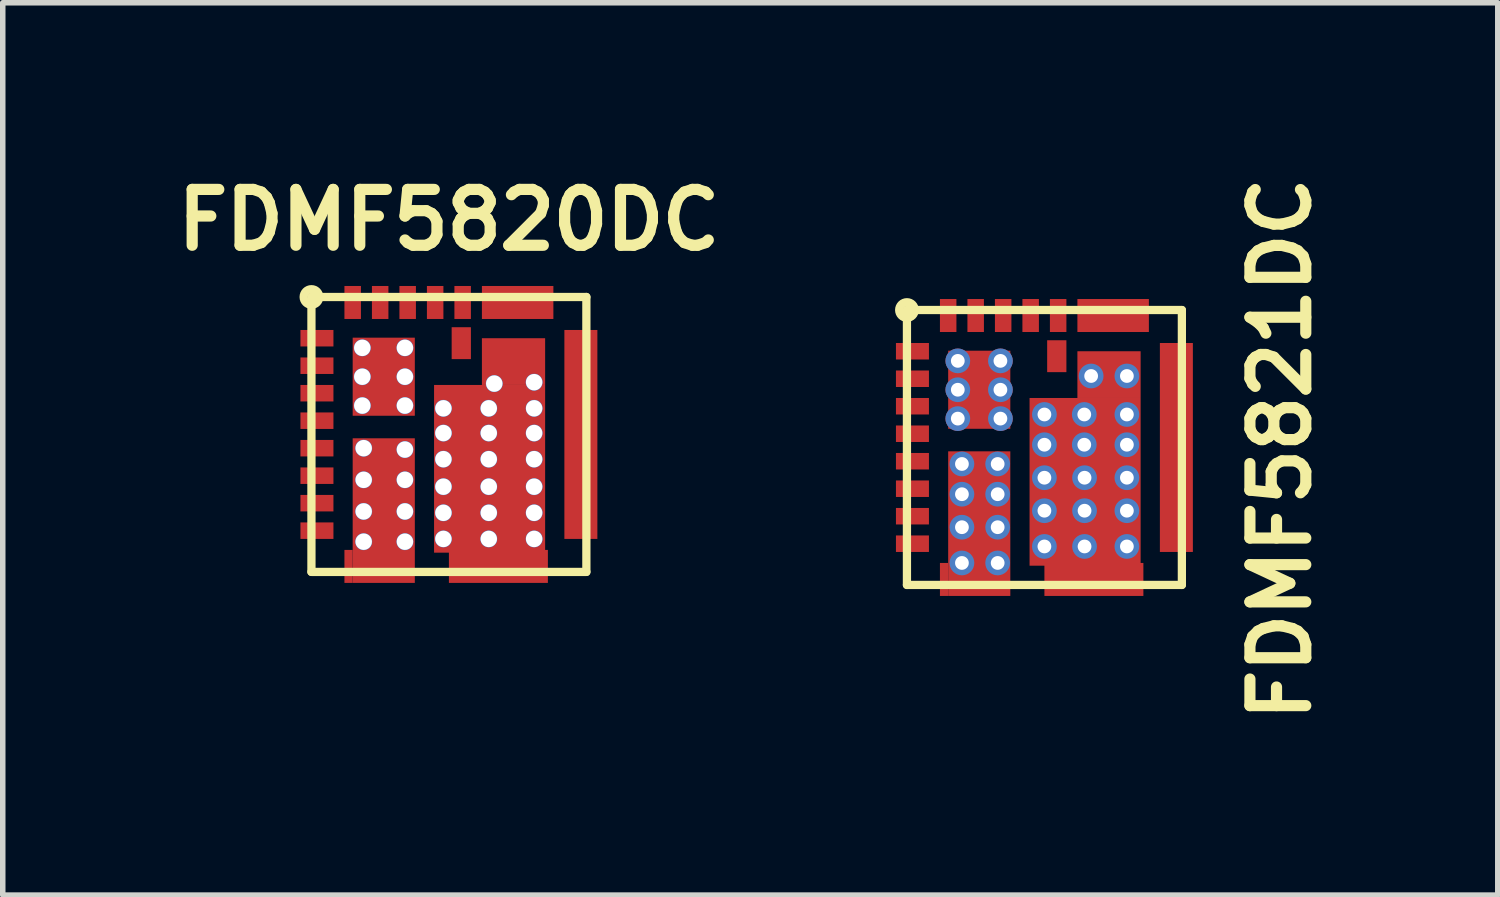
<source format=kicad_pcb>
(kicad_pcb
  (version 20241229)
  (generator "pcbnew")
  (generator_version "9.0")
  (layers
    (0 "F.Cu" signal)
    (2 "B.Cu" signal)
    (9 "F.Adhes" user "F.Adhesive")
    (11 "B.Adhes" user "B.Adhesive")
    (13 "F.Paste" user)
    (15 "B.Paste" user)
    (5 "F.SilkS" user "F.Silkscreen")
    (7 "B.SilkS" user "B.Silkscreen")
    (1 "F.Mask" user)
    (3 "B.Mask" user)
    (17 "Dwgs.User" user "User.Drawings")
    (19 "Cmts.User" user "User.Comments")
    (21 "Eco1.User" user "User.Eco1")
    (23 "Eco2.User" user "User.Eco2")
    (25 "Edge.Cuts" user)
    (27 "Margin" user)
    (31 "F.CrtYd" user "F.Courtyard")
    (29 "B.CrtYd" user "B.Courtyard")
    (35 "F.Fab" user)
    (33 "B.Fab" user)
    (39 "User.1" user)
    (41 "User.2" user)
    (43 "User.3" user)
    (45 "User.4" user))
  (footprint "FDMF5821DC"
    (layer "F.Cu")
    (at 15.944 5.088)
    (property "Reference" "FDMF5821DC" (at 4.294 0.026 90) (layer "F.SilkS") (effects (font (size 1.016 1.016) (thickness 0.203))))
    (attr smd)
    (fp_line (start -2.5 -2.5) (end 2.5 -2.5) (stroke (width 0.15) (type solid)) (layer "F.SilkS"))
    (fp_line (start -2.5 2.5) (end -2.5 -2.5) (stroke (width 0.15) (type solid)) (layer "F.SilkS"))
    (fp_line (start 2.5 -2.5) (end 2.5 2.5) (stroke (width 0.15) (type solid)) (layer "F.SilkS"))
    (fp_line (start 2.5 2.5) (end -2.5 2.5) (stroke (width 0.15) (type solid)) (layer "F.SilkS"))
    (fp_circle (center -2.5 -2.5) (end -2.4 -2.4) (stroke (width 0.15) (type solid)) (fill no) (layer "F.SilkS"))
    (pad "" smd oval (at -1.275 2.425) (size 1.2 0.5) (layers "F.Paste"))
    (pad "" smd oval (at -1.185 -1.05) (size 0.55 1.3) (layers "F.Paste"))
    (pad "" smd oval (at -1.175 1.1) (size 0.55 1.9) (layers "F.Paste"))
    (pad "" smd oval (at 0.3 0.575) (size 0.6 2.8) (layers "F.Paste"))
    (pad "" smd oval (at 1.125 0.575) (size 0.6 2.8) (layers "F.Paste"))
    (pad "" smd oval (at 1.18 -1.4) (size 1.1 0.6) (layers "F.Paste"))
    (pad "6" smd rect (at -2.4 0.75) (size 0.6 0.3) (layers "F.Cu" "F.Mask" "F.Paste"))
    (pad "Agnd" smd rect (at -2.4 -0.25) (size 0.6 0.3) (layers "F.Cu" "F.Mask" "F.Paste"))
    (pad "Agnd" thru_hole circle (at -1.575 -1.575) (size 0.45 0.45) (drill 0.25) (layers "*.Cu" "F.Mask"))
    (pad "Agnd" thru_hole circle (at -1.575 -1.05) (size 0.45 0.45) (drill 0.25) (layers "*.Cu" "F.Mask"))
    (pad "Agnd" thru_hole circle (at -1.575 -0.525) (size 0.45 0.45) (drill 0.25) (layers "*.Cu" "F.Mask"))
    (pad "Agnd" smd rect (at -1.185 -1.05) (size 1.13 1.42) (layers "F.Cu" "F.Mask"))
    (pad "Agnd" thru_hole circle (at -0.8 -1.575) (size 0.45 0.45) (drill 0.25) (layers "*.Cu" "F.Mask"))
    (pad "Agnd" thru_hole circle (at -0.8 -1.05) (size 0.45 0.45) (drill 0.25) (layers "*.Cu" "F.Mask"))
    (pad "Agnd" thru_hole circle (at -0.8 -0.525) (size 0.45 0.45) (drill 0.25) (layers "*.Cu" "F.Mask"))
    (pad "Boot" smd rect (at -2.4 0.25) (size 0.6 0.3) (layers "F.Cu" "F.Mask" "F.Paste"))
    (pad "EN" smd rect (at -1.75 -2.4 90) (size 0.6 0.3) (layers "F.Cu" "F.Mask" "F.Paste"))
    (pad "GL" smd rect (at 0.225 -1.66) (size 0.35 0.58) (layers "F.Cu" "F.Mask" "F.Paste"))
    (pad "GL" smd rect (at 0.25 -2.4 90) (size 0.6 0.3) (layers "F.Cu" "F.Mask" "F.Paste"))
    (pad "PVcc" smd rect (at -0.75 -2.4 90) (size 0.6 0.3) (layers "F.Cu" "F.Mask" "F.Paste"))
    (pad "PWM" smd rect (at -2.4 -1.75) (size 0.6 0.3) (layers "F.Cu" "F.Mask" "F.Paste"))
    (pad "Pgnd" smd rect (at -0.25 -2.4 90) (size 0.6 0.3) (layers "F.Cu" "F.Mask" "F.Paste"))
    (pad "Pgnd" thru_hole circle (at 0 -0.6) (size 0.45 0.45) (drill 0.25) (layers "*.Cu" "F.Mask"))
    (pad "Pgnd" thru_hole circle (at 0 -0.05) (size 0.45 0.45) (drill 0.25) (layers "*.Cu" "F.Mask"))
    (pad "Pgnd" thru_hole circle (at 0 0.55) (size 0.45 0.45) (drill 0.25) (layers "*.Cu" "F.Mask"))
    (pad "Pgnd" thru_hole circle (at 0 1.15) (size 0.45 0.45) (drill 0.25) (layers "*.Cu" "F.Mask"))
    (pad "Pgnd" thru_hole circle (at 0 1.8) (size 0.45 0.45) (drill 0.25) (layers "*.Cu" "F.Mask"))
    (pad "Pgnd" thru_hole circle (at 0.725 -0.6) (size 0.45 0.45) (drill 0.25) (layers "*.Cu" "F.Mask"))
    (pad "Pgnd" thru_hole circle (at 0.725 -0.05) (size 0.45 0.45) (drill 0.25) (layers "*.Cu" "F.Mask"))
    (pad "Pgnd" thru_hole circle (at 0.73 0.55) (size 0.45 0.45) (drill 0.25) (layers "*.Cu" "F.Mask"))
    (pad "Pgnd" thru_hole circle (at 0.73 1.15) (size 0.45 0.45) (drill 0.25) (layers "*.Cu" "F.Mask"))
    (pad "Pgnd" thru_hole circle (at 0.73 1.8) (size 0.45 0.45) (drill 0.25) (layers "*.Cu" "F.Mask"))
    (pad "Pgnd" smd rect (at 0.74 0.625) (size 2.02 3.05) (layers "F.Cu" "F.Mask"))
    (pad "Pgnd" thru_hole circle (at 0.85 -1.3) (size 0.45 0.45) (drill 0.25) (layers "*.Cu" "F.Mask"))
    (pad "Pgnd" smd rect (at 0.9 2.4) (size 1.8 0.6) (layers "F.Cu" "F.Mask" "F.Paste"))
    (pad "Pgnd" smd rect (at 1.175 -1.325) (size 1.15 0.85) (layers "F.Cu" "F.Mask"))
    (pad "Pgnd" thru_hole circle (at 1.5 -1.3) (size 0.45 0.45) (drill 0.25) (layers "*.Cu" "F.Mask"))
    (pad "Pgnd" thru_hole circle (at 1.5 -0.6) (size 0.45 0.45) (drill 0.25) (layers "*.Cu" "F.Mask"))
    (pad "Pgnd" thru_hole circle (at 1.5 -0.05) (size 0.45 0.45) (drill 0.25) (layers "*.Cu" "F.Mask"))
    (pad "Pgnd" thru_hole circle (at 1.5 0.55) (size 0.45 0.45) (drill 0.25) (layers "*.Cu" "F.Mask"))
    (pad "Pgnd" thru_hole circle (at 1.5 1.15) (size 0.45 0.45) (drill 0.25) (layers "*.Cu" "F.Mask"))
    (pad "Pgnd" thru_hole circle (at 1.5 1.8) (size 0.45 0.45) (drill 0.25) (layers "*.Cu" "F.Mask"))
    (pad "Phas" smd rect (at -2.4 1.25) (size 0.6 0.3) (layers "F.Cu" "F.Mask" "F.Paste"))
    (pad "SW" smd rect (at 1.25 -2.4) (size 1.3 0.6) (layers "F.Cu" "F.Mask" "F.Paste"))
    (pad "SW" smd rect (at 2.4 0) (size 0.6 3.8) (layers "F.Cu" "F.Mask" "F.Paste"))
    (pad "Tmon" smd rect (at -1.25 -2.4 90) (size 0.6 0.3) (layers "F.Cu" "F.Mask" "F.Paste"))
    (pad "Vcc" smd rect (at -2.4 -0.75) (size 0.6 0.3) (layers "F.Cu" "F.Mask" "F.Paste"))
    (pad "Vin" smd rect (at -2.4 1.75) (size 0.6 0.3) (layers "F.Cu" "F.Mask" "F.Paste"))
    (pad "Vin" smd rect (at -1.825 2.4) (size 0.15 0.6) (layers "F.Cu" "F.Mask" "F.Paste"))
    (pad "Vin" thru_hole circle (at -1.5 0.3) (size 0.45 0.45) (drill 0.25) (layers "*.Cu" "F.Mask"))
    (pad "Vin" thru_hole circle (at -1.5 0.85) (size 0.45 0.45) (drill 0.25) (layers "*.Cu" "F.Mask"))
    (pad "Vin" thru_hole circle (at -1.5 1.45) (size 0.45 0.45) (drill 0.25) (layers "*.Cu" "F.Mask"))
    (pad "Vin" thru_hole circle (at -1.5 2.1) (size 0.45 0.45) (drill 0.25) (layers "*.Cu" "F.Mask"))
    (pad "Vin" smd rect (at -1.185 1.385) (size 1.13 2.63) (layers "F.Cu" "F.Mask"))
    (pad "Vin" thru_hole circle (at -0.85 0.3) (size 0.45 0.45) (drill 0.25) (layers "*.Cu" "F.Mask"))
    (pad "Vin" thru_hole circle (at -0.85 0.85) (size 0.45 0.45) (drill 0.25) (layers "*.Cu" "F.Mask"))
    (pad "Vin" thru_hole circle (at -0.85 1.45) (size 0.45 0.45) (drill 0.25) (layers "*.Cu" "F.Mask"))
    (pad "Vin" thru_hole circle (at -0.85 2.1) (size 0.45 0.45) (drill 0.25) (layers "*.Cu" "F.Mask"))
    (pad "ZCD" smd rect (at -2.4 -1.25) (size 0.6 0.3) (layers "F.Cu" "F.Mask" "F.Paste")))
  (footprint "FDMF5820DC"
    (layer "F.Cu")
    (at 5.114 4.851)
    (property "Reference" "FDMF5820DC" (at 0 -3.9 0) (layer "F.SilkS") (effects (font (size 1.016 1.016) (thickness 0.203))))
    (attr smd)
    (fp_line (start -2.5 -2.5) (end 2.5 -2.5) (stroke (width 0.15) (type solid)) (layer "F.SilkS"))
    (fp_line (start -2.5 2.5) (end -2.5 -2.5) (stroke (width 0.15) (type solid)) (layer "F.SilkS"))
    (fp_line (start 2.5 -2.5) (end 2.5 2.5) (stroke (width 0.15) (type solid)) (layer "F.SilkS"))
    (fp_line (start 2.5 2.5) (end -2.5 2.5) (stroke (width 0.15) (type solid)) (layer "F.SilkS"))
    (fp_circle (center -2.5 -2.5) (end -2.4 -2.4) (stroke (width 0.15) (type solid)) (fill no) (layer "F.SilkS"))
    (pad "" smd oval (at -1.275 2.425) (size 1.2 0.5) (layers "F.Paste"))
    (pad "" smd oval (at -1.185 -1.05) (size 0.55 1.3) (layers "F.Paste"))
    (pad "" smd oval (at -1.175 1.1) (size 0.55 1.9) (layers "F.Paste"))
    (pad "" smd oval (at 0.3 0.575) (size 0.6 2.8) (layers "F.Paste"))
    (pad "" smd oval (at 1.125 0.575) (size 0.6 2.8) (layers "F.Paste"))
    (pad "" smd oval (at 1.18 -1.4) (size 1.1 0.6) (layers "F.Paste"))
    (pad "6" smd rect (at -2.4 0.75) (size 0.6 0.3) (layers "F.Cu" "F.Mask" "F.Paste"))
    (pad "Agnd" smd rect (at -2.4 -0.25) (size 0.6 0.3) (layers "F.Cu" "F.Mask" "F.Paste"))
    (pad "Agnd" thru_hole circle (at -1.575 -1.575) (size 0.31 0.31) (drill 0.3) (layers "*.Cu" "*.Mask"))
    (pad "Agnd" thru_hole circle (at -1.575 -1.05) (size 0.31 0.31) (drill 0.3) (layers "*.Cu" "*.Mask"))
    (pad "Agnd" thru_hole circle (at -1.575 -0.525) (size 0.31 0.31) (drill 0.3) (layers "*.Cu" "*.Mask"))
    (pad "Agnd" smd rect (at -1.185 -1.05) (size 1.13 1.42) (layers "F.Cu" "F.Mask"))
    (pad "Agnd" thru_hole circle (at -0.8 -1.575) (size 0.31 0.31) (drill 0.3) (layers "*.Cu" "*.Mask"))
    (pad "Agnd" thru_hole circle (at -0.8 -1.05) (size 0.31 0.31) (drill 0.3) (layers "*.Cu" "*.Mask"))
    (pad "Agnd" thru_hole circle (at -0.8 -0.525) (size 0.31 0.31) (drill 0.3) (layers "*.Cu" "*.Mask"))
    (pad "Boot" smd rect (at -2.4 0.25) (size 0.6 0.3) (layers "F.Cu" "F.Mask" "F.Paste"))
    (pad "EN" smd rect (at -1.75 -2.4 90) (size 0.6 0.3) (layers "F.Cu" "F.Mask" "F.Paste"))
    (pad "GL" smd rect (at 0.225 -1.66) (size 0.35 0.58) (layers "F.Cu" "F.Mask" "F.Paste"))
    (pad "GL" smd rect (at 0.25 -2.4 90) (size 0.6 0.3) (layers "F.Cu" "F.Mask" "F.Paste"))
    (pad "PVcc" smd rect (at -0.75 -2.4 90) (size 0.6 0.3) (layers "F.Cu" "F.Mask" "F.Paste"))
    (pad "PWM" smd rect (at -2.4 -1.75) (size 0.6 0.3) (layers "F.Cu" "F.Mask" "F.Paste"))
    (pad "Pgnd" smd rect (at -0.25 -2.4 90) (size 0.6 0.3) (layers "F.Cu" "F.Mask" "F.Paste"))
    (pad "Pgnd" thru_hole circle (at -0.1 -0.475) (size 0.31 0.31) (drill 0.3) (layers "*.Cu" "*.Mask"))
    (pad "Pgnd" thru_hole circle (at -0.1 -0.025) (size 0.31 0.31) (drill 0.3) (layers "*.Cu" "*.Mask"))
    (pad "Pgnd" thru_hole circle (at -0.1 0.45) (size 0.31 0.31) (drill 0.3) (layers "*.Cu" "*.Mask"))
    (pad "Pgnd" thru_hole circle (at -0.1 0.95) (size 0.31 0.31) (drill 0.3) (layers "*.Cu" "*.Mask"))
    (pad "Pgnd" thru_hole circle (at -0.1 1.425) (size 0.31 0.31) (drill 0.3) (layers "*.Cu" "*.Mask"))
    (pad "Pgnd" thru_hole circle (at -0.1 1.9) (size 0.31 0.31) (drill 0.3) (layers "*.Cu" "*.Mask"))
    (pad "Pgnd" thru_hole circle (at 0.725 -0.475) (size 0.31 0.31) (drill 0.3) (layers "*.Cu" "*.Mask"))
    (pad "Pgnd" thru_hole circle (at 0.725 -0.025) (size 0.31 0.31) (drill 0.3) (layers "*.Cu" "*.Mask"))
    (pad "Pgnd" thru_hole circle (at 0.725 0.45) (size 0.31 0.31) (drill 0.3) (layers "*.Cu" "*.Mask"))
    (pad "Pgnd" thru_hole circle (at 0.725 0.95) (size 0.31 0.31) (drill 0.3) (layers "*.Cu" "*.Mask"))
    (pad "Pgnd" thru_hole circle (at 0.725 1.425) (size 0.31 0.31) (drill 0.3) (layers "*.Cu" "*.Mask"))
    (pad "Pgnd" thru_hole circle (at 0.725 1.9) (size 0.31 0.31) (drill 0.3) (layers "*.Cu" "*.Mask"))
    (pad "Pgnd" smd rect (at 0.74 0.625) (size 2.02 3.05) (layers "F.Cu" "F.Mask"))
    (pad "Pgnd" thru_hole circle (at 0.825 -0.925) (size 0.31 0.31) (drill 0.3) (layers "*.Cu" "*.Mask"))
    (pad "Pgnd" smd rect (at 0.9 2.4) (size 1.8 0.6) (layers "F.Cu" "F.Mask" "F.Paste"))
    (pad "Pgnd" smd rect (at 1.175 -1.325) (size 1.15 0.85) (layers "F.Cu" "F.Mask"))
    (pad "Pgnd" thru_hole circle (at 1.55 -0.95) (size 0.31 0.31) (drill 0.3) (layers "*.Cu" "*.Mask"))
    (pad "Pgnd" thru_hole circle (at 1.55 -0.475) (size 0.31 0.31) (drill 0.3) (layers "*.Cu" "*.Mask"))
    (pad "Pgnd" thru_hole circle (at 1.55 -0.025) (size 0.31 0.31) (drill 0.3) (layers "*.Cu" "*.Mask"))
    (pad "Pgnd" thru_hole circle (at 1.55 0.45) (size 0.31 0.31) (drill 0.3) (layers "*.Cu" "*.Mask"))
    (pad "Pgnd" thru_hole circle (at 1.55 0.95) (size 0.31 0.31) (drill 0.3) (layers "*.Cu" "*.Mask"))
    (pad "Pgnd" thru_hole circle (at 1.55 1.425) (size 0.31 0.31) (drill 0.3) (layers "*.Cu" "*.Mask"))
    (pad "Pgnd" thru_hole circle (at 1.55 1.9) (size 0.31 0.31) (drill 0.3) (layers "*.Cu" "*.Mask"))
    (pad "Phas" smd rect (at -2.4 1.25) (size 0.6 0.3) (layers "F.Cu" "F.Mask" "F.Paste"))
    (pad "SW" smd rect (at 1.25 -2.4) (size 1.3 0.6) (layers "F.Cu" "F.Mask" "F.Paste"))
    (pad "SW" smd rect (at 2.4 0) (size 0.6 3.8) (layers "F.Cu" "F.Mask" "F.Paste"))
    (pad "Tmon" smd rect (at -1.25 -2.4 90) (size 0.6 0.3) (layers "F.Cu" "F.Mask" "F.Paste"))
    (pad "Vcc" smd rect (at -2.4 -0.75) (size 0.6 0.3) (layers "F.Cu" "F.Mask" "F.Paste"))
    (pad "Vin" smd rect (at -2.4 1.75) (size 0.6 0.3) (layers "F.Cu" "F.Mask" "F.Paste"))
    (pad "Vin" smd rect (at -1.825 2.4) (size 0.15 0.6) (layers "F.Cu" "F.Mask" "F.Paste"))
    (pad "Vin" thru_hole circle (at -1.55 0.25) (size 0.31 0.31) (drill 0.3) (layers "*.Cu" "*.Mask"))
    (pad "Vin" thru_hole circle (at -1.55 0.825) (size 0.31 0.31) (drill 0.3) (layers "*.Cu" "*.Mask"))
    (pad "Vin" thru_hole circle (at -1.55 1.4) (size 0.31 0.31) (drill 0.3) (layers "*.Cu" "*.Mask"))
    (pad "Vin" thru_hole circle (at -1.55 1.95) (size 0.31 0.31) (drill 0.3) (layers "*.Cu" "*.Mask"))
    (pad "Vin" smd rect (at -1.185 1.385) (size 1.13 2.63) (layers "F.Cu" "F.Mask"))
    (pad "Vin" thru_hole circle (at -0.8 0.275) (size 0.31 0.31) (drill 0.3) (layers "*.Cu" "*.Mask"))
    (pad "Vin" thru_hole circle (at -0.8 0.825) (size 0.31 0.31) (drill 0.3) (layers "*.Cu" "*.Mask"))
    (pad "Vin" thru_hole circle (at -0.8 1.4) (size 0.31 0.31) (drill 0.3) (layers "*.Cu" "*.Mask"))
    (pad "Vin" thru_hole circle (at -0.8 1.95) (size 0.31 0.31) (drill 0.3) (layers "*.Cu" "*.Mask"))
    (pad "ZCD" smd rect (at -2.4 -1.25) (size 0.6 0.3) (layers "F.Cu" "F.Mask" "F.Paste")))
  (gr_rect
    (start -3 -3)
    (end 24.189 13.228)
    (stroke (width 0.1) (type default))
    (fill no)
    (layer "Edge.Cuts")))
</source>
